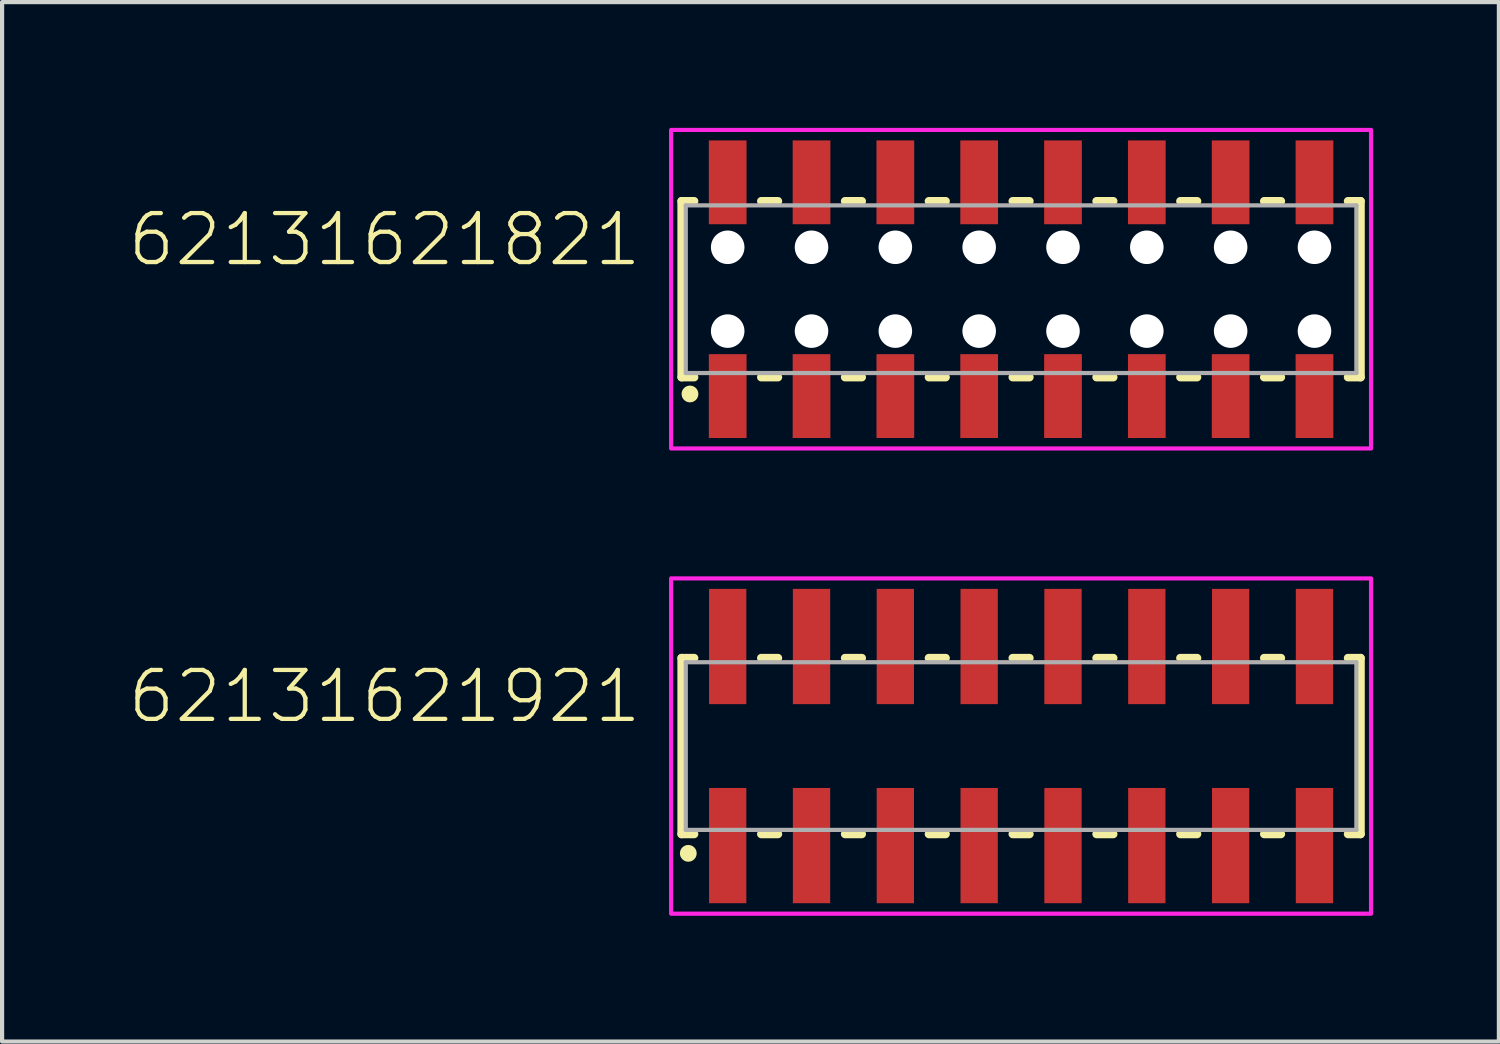
<source format=kicad_pcb>
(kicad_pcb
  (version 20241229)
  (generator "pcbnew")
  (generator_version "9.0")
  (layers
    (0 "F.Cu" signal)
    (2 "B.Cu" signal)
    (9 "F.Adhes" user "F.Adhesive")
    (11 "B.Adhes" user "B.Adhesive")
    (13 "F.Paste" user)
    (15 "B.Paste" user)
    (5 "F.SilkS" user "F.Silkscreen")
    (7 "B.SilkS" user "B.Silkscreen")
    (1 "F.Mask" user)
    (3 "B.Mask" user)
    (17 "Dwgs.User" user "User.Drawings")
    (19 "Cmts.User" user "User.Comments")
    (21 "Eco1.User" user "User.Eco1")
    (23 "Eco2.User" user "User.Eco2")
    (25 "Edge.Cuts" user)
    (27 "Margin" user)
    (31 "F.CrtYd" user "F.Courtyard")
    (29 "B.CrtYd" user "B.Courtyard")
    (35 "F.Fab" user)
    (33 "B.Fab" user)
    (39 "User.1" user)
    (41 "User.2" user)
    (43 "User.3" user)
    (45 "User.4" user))
  (footprint "62131621921"
    (layer "F.Cu")
    (at 21.312 14.75)
    (property "Reference" "62131621921" (at -9 -0.5 0) (unlocked yes) (layer "F.SilkS") (effects (font (size 1.168 1.168) (thickness 0.102)) (justify right bottom)))
    (fp_line (start -8.1 -2.1) (end -8.1 2.1) (stroke (width 0.2) (type solid)) (layer "F.SilkS"))
    (fp_line (start -8.1 2.1) (end -7.8 2.1) (stroke (width 0.2) (type solid)) (layer "F.SilkS"))
    (fp_line (start -7.8 -2.1) (end -8.1 -2.1) (stroke (width 0.2) (type solid)) (layer "F.SilkS"))
    (fp_line (start -6.2 -2.1) (end -5.8 -2.1) (stroke (width 0.2) (type solid)) (layer "F.SilkS"))
    (fp_line (start -5.8 2.1) (end -6.2 2.1) (stroke (width 0.2) (type solid)) (layer "F.SilkS"))
    (fp_line (start -4.2 -2.1) (end -3.8 -2.1) (stroke (width 0.2) (type solid)) (layer "F.SilkS"))
    (fp_line (start -3.8 2.1) (end -4.2 2.1) (stroke (width 0.2) (type solid)) (layer "F.SilkS"))
    (fp_line (start -2.2 -2.1) (end -1.8 -2.1) (stroke (width 0.2) (type solid)) (layer "F.SilkS"))
    (fp_line (start -1.8 2.1) (end -2.2 2.1) (stroke (width 0.2) (type solid)) (layer "F.SilkS"))
    (fp_line (start -0.2 -2.1) (end 0.2 -2.1) (stroke (width 0.2) (type solid)) (layer "F.SilkS"))
    (fp_line (start 0.2 2.1) (end -0.2 2.1) (stroke (width 0.2) (type solid)) (layer "F.SilkS"))
    (fp_line (start 1.8 -2.1) (end 2.2 -2.1) (stroke (width 0.2) (type solid)) (layer "F.SilkS"))
    (fp_line (start 2.2 2.1) (end 1.8 2.1) (stroke (width 0.2) (type solid)) (layer "F.SilkS"))
    (fp_line (start 3.8 -2.1) (end 4.2 -2.1) (stroke (width 0.2) (type solid)) (layer "F.SilkS"))
    (fp_line (start 4.2 2.1) (end 3.8 2.1) (stroke (width 0.2) (type solid)) (layer "F.SilkS"))
    (fp_line (start 5.8 -2.1) (end 6.2 -2.1) (stroke (width 0.2) (type solid)) (layer "F.SilkS"))
    (fp_line (start 6.2 2.1) (end 5.8 2.1) (stroke (width 0.2) (type solid)) (layer "F.SilkS"))
    (fp_line (start 7.8 -2.1) (end 8.1 -2.1) (stroke (width 0.2) (type solid)) (layer "F.SilkS"))
    (fp_line (start 8.1 -2.1) (end 8.1 2.1) (stroke (width 0.2) (type solid)) (layer "F.SilkS"))
    (fp_line (start 8.1 2.1) (end 7.8 2.1) (stroke (width 0.2) (type solid)) (layer "F.SilkS"))
    (fp_circle (center -7.94 2.56) (end -7.84 2.56) (stroke (width 0.2) (type solid)) (fill no) (layer "F.SilkS"))
    (fp_poly (pts (xy 8.35 4) (xy -8.35 4) (xy -8.35 -4) (xy 8.35 -4)) (stroke (width 0.1) (type default)) (fill no) (layer "F.CrtYd"))
    (fp_line (start -8 -2) (end 8 -2) (stroke (width 0.1) (type solid)) (layer "F.Fab"))
    (fp_line (start -8 2) (end -8 -2) (stroke (width 0.1) (type solid)) (layer "F.Fab"))
    (fp_line (start 8 -2) (end 8 2) (stroke (width 0.1) (type solid)) (layer "F.Fab"))
    (fp_line (start 8 2) (end -8 2) (stroke (width 0.1) (type solid)) (layer "F.Fab"))
    (pad "1" smd rect (at -7 2.375) (size 0.89 2.75) (layers "F.Cu" "F.Mask" "F.Paste"))
    (pad "2" smd rect (at -7 -2.375) (size 0.89 2.75) (layers "F.Cu" "F.Mask" "F.Paste"))
    (pad "3" smd rect (at -5 2.375) (size 0.89 2.75) (layers "F.Cu" "F.Mask" "F.Paste"))
    (pad "4" smd rect (at -5 -2.375) (size 0.89 2.75) (layers "F.Cu" "F.Mask" "F.Paste"))
    (pad "5" smd rect (at -3 2.375) (size 0.89 2.75) (layers "F.Cu" "F.Mask" "F.Paste"))
    (pad "6" smd rect (at -3 -2.375) (size 0.89 2.75) (layers "F.Cu" "F.Mask" "F.Paste"))
    (pad "7" smd rect (at -1 2.375) (size 0.89 2.75) (layers "F.Cu" "F.Mask" "F.Paste"))
    (pad "8" smd rect (at -1 -2.375) (size 0.89 2.75) (layers "F.Cu" "F.Mask" "F.Paste"))
    (pad "9" smd rect (at 1 2.375) (size 0.89 2.75) (layers "F.Cu" "F.Mask" "F.Paste"))
    (pad "10" smd rect (at 1 -2.375) (size 0.89 2.75) (layers "F.Cu" "F.Mask" "F.Paste"))
    (pad "11" smd rect (at 3 2.375) (size 0.89 2.75) (layers "F.Cu" "F.Mask" "F.Paste"))
    (pad "12" smd rect (at 3 -2.375) (size 0.89 2.75) (layers "F.Cu" "F.Mask" "F.Paste"))
    (pad "13" smd rect (at 5 2.375) (size 0.89 2.75) (layers "F.Cu" "F.Mask" "F.Paste"))
    (pad "14" smd rect (at 5 -2.375) (size 0.89 2.75) (layers "F.Cu" "F.Mask" "F.Paste"))
    (pad "15" smd rect (at 7 2.375) (size 0.89 2.75) (layers "F.Cu" "F.Mask" "F.Paste"))
    (pad "16" smd rect (at 7 -2.375) (size 0.89 2.75) (layers "F.Cu" "F.Mask" "F.Paste")))
  (footprint "62131621821"
    (layer "F.Cu")
    (at 21.312 3.85)
    (property "Reference" "62131621821" (at -9 -0.5 0) (unlocked yes) (layer "F.SilkS") (effects (font (size 1.168 1.168) (thickness 0.102)) (justify right bottom)))
    (fp_line (start -8.1 -2.1) (end -8.1 2.1) (stroke (width 0.2) (type solid)) (layer "F.SilkS"))
    (fp_line (start -8.1 2.1) (end -7.8 2.1) (stroke (width 0.2) (type solid)) (layer "F.SilkS"))
    (fp_line (start -7.8 -2.1) (end -8.1 -2.1) (stroke (width 0.2) (type solid)) (layer "F.SilkS"))
    (fp_line (start -6.2 -2.1) (end -5.8 -2.1) (stroke (width 0.2) (type solid)) (layer "F.SilkS"))
    (fp_line (start -6.2 2.1) (end -5.8 2.1) (stroke (width 0.2) (type solid)) (layer "F.SilkS"))
    (fp_line (start -4.2 -2.1) (end -3.8 -2.1) (stroke (width 0.2) (type solid)) (layer "F.SilkS"))
    (fp_line (start -4.2 2.1) (end -3.8 2.1) (stroke (width 0.2) (type solid)) (layer "F.SilkS"))
    (fp_line (start -2.2 -2.1) (end -1.8 -2.1) (stroke (width 0.2) (type solid)) (layer "F.SilkS"))
    (fp_line (start -2.2 2.1) (end -1.8 2.1) (stroke (width 0.2) (type solid)) (layer "F.SilkS"))
    (fp_line (start -0.2 -2.1) (end 0.2 -2.1) (stroke (width 0.2) (type solid)) (layer "F.SilkS"))
    (fp_line (start -0.2 2.1) (end 0.2 2.1) (stroke (width 0.2) (type solid)) (layer "F.SilkS"))
    (fp_line (start 1.8 -2.1) (end 2.2 -2.1) (stroke (width 0.2) (type solid)) (layer "F.SilkS"))
    (fp_line (start 1.8 2.1) (end 2.2 2.1) (stroke (width 0.2) (type solid)) (layer "F.SilkS"))
    (fp_line (start 3.8 -2.1) (end 4.2 -2.1) (stroke (width 0.2) (type solid)) (layer "F.SilkS"))
    (fp_line (start 3.8 2.1) (end 4.2 2.1) (stroke (width 0.2) (type solid)) (layer "F.SilkS"))
    (fp_line (start 5.8 -2.1) (end 6.2 -2.1) (stroke (width 0.2) (type solid)) (layer "F.SilkS"))
    (fp_line (start 5.8 2.1) (end 6.2 2.1) (stroke (width 0.2) (type solid)) (layer "F.SilkS"))
    (fp_line (start 7.8 -2.1) (end 8.1 -2.1) (stroke (width 0.2) (type solid)) (layer "F.SilkS"))
    (fp_line (start 8.1 -2.1) (end 8.1 2.1) (stroke (width 0.2) (type solid)) (layer "F.SilkS"))
    (fp_line (start 8.1 2.1) (end 7.8 2.1) (stroke (width 0.2) (type solid)) (layer "F.SilkS"))
    (fp_circle (center -7.9 2.5) (end -7.8 2.5) (stroke (width 0.2) (type solid)) (fill no) (layer "F.SilkS"))
    (fp_poly (pts (xy 8.35 3.8) (xy -8.35 3.8) (xy -8.35 -3.8) (xy 8.35 -3.8)) (stroke (width 0.1) (type default)) (fill no) (layer "F.CrtYd"))
    (fp_line (start -8 -2) (end 8 -2) (stroke (width 0.1) (type solid)) (layer "F.Fab"))
    (fp_line (start -8 2) (end -8 -2) (stroke (width 0.1) (type solid)) (layer "F.Fab"))
    (fp_line (start 8 -2) (end 8 2) (stroke (width 0.1) (type solid)) (layer "F.Fab"))
    (fp_line (start 8 2) (end -8 2) (stroke (width 0.1) (type solid)) (layer "F.Fab"))
    (pad "" np_thru_hole circle (at -7 -1) (size 0.8 0.8) (drill 0.8) (layers "*.Cu" "*.Mask"))
    (pad "" np_thru_hole circle (at -7 1) (size 0.8 0.8) (drill 0.8) (layers "*.Cu" "*.Mask"))
    (pad "" np_thru_hole circle (at -5 -1) (size 0.8 0.8) (drill 0.8) (layers "*.Cu" "*.Mask"))
    (pad "" np_thru_hole circle (at -5 1) (size 0.8 0.8) (drill 0.8) (layers "*.Cu" "*.Mask"))
    (pad "" np_thru_hole circle (at -3 -1) (size 0.8 0.8) (drill 0.8) (layers "*.Cu" "*.Mask"))
    (pad "" np_thru_hole circle (at -3 1) (size 0.8 0.8) (drill 0.8) (layers "*.Cu" "*.Mask"))
    (pad "" np_thru_hole circle (at -1 -1) (size 0.8 0.8) (drill 0.8) (layers "*.Cu" "*.Mask"))
    (pad "" np_thru_hole circle (at -1 1) (size 0.8 0.8) (drill 0.8) (layers "*.Cu" "*.Mask"))
    (pad "" np_thru_hole circle (at 1 -1) (size 0.8 0.8) (drill 0.8) (layers "*.Cu" "*.Mask"))
    (pad "" np_thru_hole circle (at 1 1) (size 0.8 0.8) (drill 0.8) (layers "*.Cu" "*.Mask"))
    (pad "" np_thru_hole circle (at 3 -1) (size 0.8 0.8) (drill 0.8) (layers "*.Cu" "*.Mask"))
    (pad "" np_thru_hole circle (at 3 1) (size 0.8 0.8) (drill 0.8) (layers "*.Cu" "*.Mask"))
    (pad "" np_thru_hole circle (at 5 -1) (size 0.8 0.8) (drill 0.8) (layers "*.Cu" "*.Mask"))
    (pad "" np_thru_hole circle (at 5 1) (size 0.8 0.8) (drill 0.8) (layers "*.Cu" "*.Mask"))
    (pad "" np_thru_hole circle (at 7 -1) (size 0.8 0.8) (drill 0.8) (layers "*.Cu" "*.Mask"))
    (pad "" np_thru_hole circle (at 7 1) (size 0.8 0.8) (drill 0.8) (layers "*.Cu" "*.Mask"))
    (pad "1" smd rect (at -7 2.55) (size 0.9 2) (layers "F.Cu" "F.Mask" "F.Paste"))
    (pad "2" smd rect (at -7 -2.55) (size 0.9 2) (layers "F.Cu" "F.Mask" "F.Paste"))
    (pad "3" smd rect (at -5 2.55) (size 0.9 2) (layers "F.Cu" "F.Mask" "F.Paste"))
    (pad "4" smd rect (at -5 -2.55) (size 0.9 2) (layers "F.Cu" "F.Mask" "F.Paste"))
    (pad "5" smd rect (at -3 2.55) (size 0.9 2) (layers "F.Cu" "F.Mask" "F.Paste"))
    (pad "6" smd rect (at -3 -2.55) (size 0.9 2) (layers "F.Cu" "F.Mask" "F.Paste"))
    (pad "7" smd rect (at -1 2.55) (size 0.9 2) (layers "F.Cu" "F.Mask" "F.Paste"))
    (pad "8" smd rect (at -1 -2.55) (size 0.9 2) (layers "F.Cu" "F.Mask" "F.Paste"))
    (pad "9" smd rect (at 1 2.55) (size 0.9 2) (layers "F.Cu" "F.Mask" "F.Paste"))
    (pad "10" smd rect (at 1 -2.55) (size 0.9 2) (layers "F.Cu" "F.Mask" "F.Paste"))
    (pad "11" smd rect (at 3 2.55) (size 0.9 2) (layers "F.Cu" "F.Mask" "F.Paste"))
    (pad "12" smd rect (at 3 -2.55) (size 0.9 2) (layers "F.Cu" "F.Mask" "F.Paste"))
    (pad "13" smd rect (at 5 2.55) (size 0.9 2) (layers "F.Cu" "F.Mask" "F.Paste"))
    (pad "14" smd rect (at 5 -2.55) (size 0.9 2) (layers "F.Cu" "F.Mask" "F.Paste"))
    (pad "15" smd rect (at 7 2.55) (size 0.9 2) (layers "F.Cu" "F.Mask" "F.Paste"))
    (pad "16" smd rect (at 7 -2.55) (size 0.9 2) (layers "F.Cu" "F.Mask" "F.Paste")))
  (gr_rect
    (start -3 -3)
    (end 32.712 21.8)
    (stroke (width 0.1) (type default))
    (fill no)
    (layer "Edge.Cuts")))
</source>
